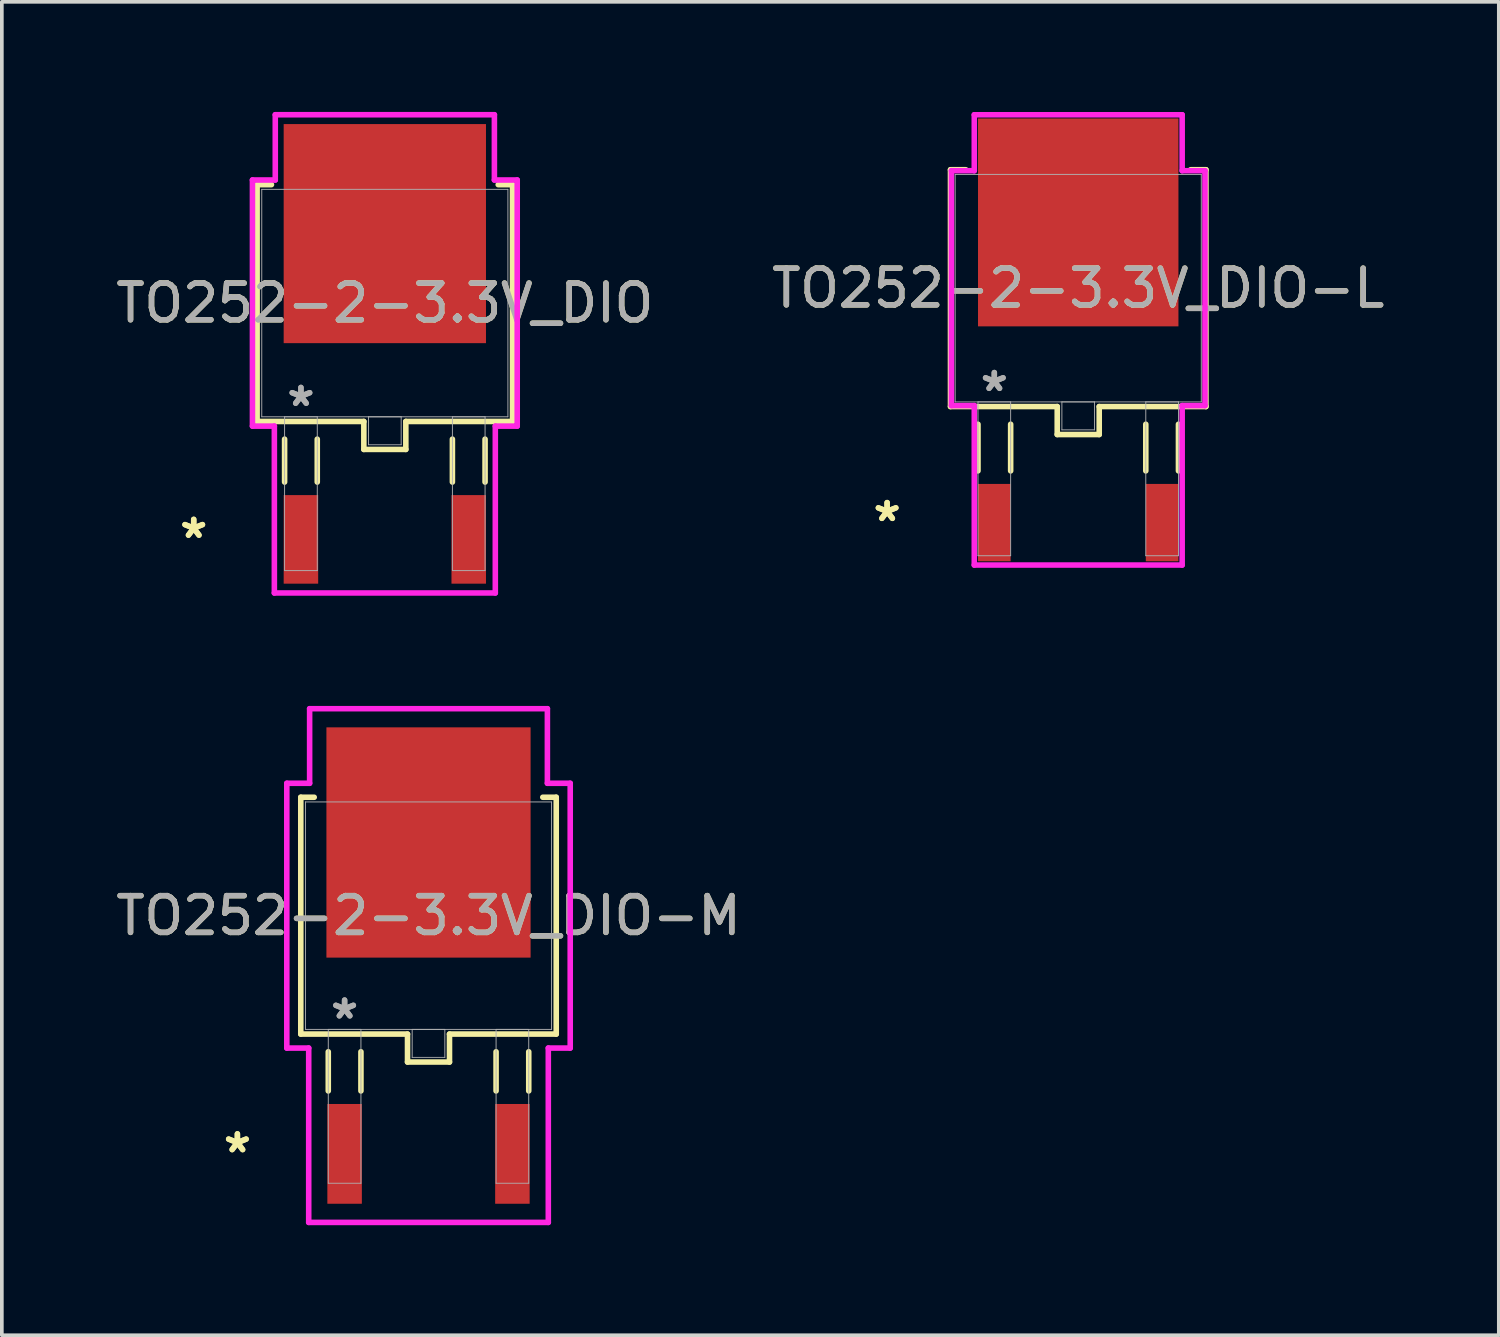
<source format=kicad_pcb>
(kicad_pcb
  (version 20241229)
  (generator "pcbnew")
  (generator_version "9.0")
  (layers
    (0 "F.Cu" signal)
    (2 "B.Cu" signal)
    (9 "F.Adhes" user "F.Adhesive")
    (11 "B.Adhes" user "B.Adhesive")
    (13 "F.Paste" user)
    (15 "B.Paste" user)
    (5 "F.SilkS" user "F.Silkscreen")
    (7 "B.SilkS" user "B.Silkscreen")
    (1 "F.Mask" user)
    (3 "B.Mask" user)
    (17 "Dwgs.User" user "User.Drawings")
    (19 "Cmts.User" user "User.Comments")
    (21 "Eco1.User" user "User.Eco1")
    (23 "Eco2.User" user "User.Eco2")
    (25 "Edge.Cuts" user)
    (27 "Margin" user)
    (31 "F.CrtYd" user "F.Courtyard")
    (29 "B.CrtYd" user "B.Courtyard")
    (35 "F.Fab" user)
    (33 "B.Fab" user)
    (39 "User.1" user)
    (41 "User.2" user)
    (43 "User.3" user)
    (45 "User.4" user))
  (footprint "TO252-2-3.3V_DIO"
    (layer "F.Cu")
    (at 7.435 5.207)
    (property "Reference" "TO252-2-3.3V_DIO" (at 0 0 0) (unlocked yes) (layer "F.SilkS") (effects (font (size 1 1) (thickness 0.15))))
    (attr smd)
    (fp_line (start -3.48 -3.226) (end -3.48 3.226) (stroke (width 0.152) (type solid)) (layer "F.SilkS"))
    (fp_line (start -3.48 3.226) (end -0.572 3.226) (stroke (width 0.152) (type solid)) (layer "F.SilkS"))
    (fp_line (start -3.089 -3.226) (end -3.48 -3.226) (stroke (width 0.152) (type solid)) (layer "F.SilkS"))
    (fp_line (start -2.731 3.708) (end -2.731 4.877) (stroke (width 0.152) (type solid)) (layer "F.SilkS"))
    (fp_line (start -1.841 3.708) (end -1.841 4.877) (stroke (width 0.152) (type solid)) (layer "F.SilkS"))
    (fp_line (start -0.572 3.226) (end -0.572 3.988) (stroke (width 0.152) (type solid)) (layer "F.SilkS"))
    (fp_line (start -0.572 3.988) (end 0.572 3.988) (stroke (width 0.152) (type solid)) (layer "F.SilkS"))
    (fp_line (start 0.572 3.226) (end 3.48 3.226) (stroke (width 0.152) (type solid)) (layer "F.SilkS"))
    (fp_line (start 0.572 3.988) (end 0.572 3.226) (stroke (width 0.152) (type solid)) (layer "F.SilkS"))
    (fp_line (start 1.841 3.708) (end 1.841 4.877) (stroke (width 0.152) (type solid)) (layer "F.SilkS"))
    (fp_line (start 2.731 3.708) (end 2.731 4.877) (stroke (width 0.152) (type solid)) (layer "F.SilkS"))
    (fp_line (start 3.48 -3.226) (end 3.089 -3.226) (stroke (width 0.152) (type solid)) (layer "F.SilkS"))
    (fp_line (start 3.48 3.226) (end 3.48 -3.226) (stroke (width 0.152) (type solid)) (layer "F.SilkS"))
    (fp_line (start -3.607 -3.353) (end -2.985 -3.353) (stroke (width 0.152) (type solid)) (layer "F.CrtYd"))
    (fp_line (start -3.607 3.353) (end -3.607 -3.353) (stroke (width 0.152) (type solid)) (layer "F.CrtYd"))
    (fp_line (start -3.01 3.353) (end -3.607 3.353) (stroke (width 0.152) (type solid)) (layer "F.CrtYd"))
    (fp_line (start -3.01 7.899) (end -3.01 3.353) (stroke (width 0.152) (type solid)) (layer "F.CrtYd"))
    (fp_line (start -2.985 -5.131) (end 2.985 -5.131) (stroke (width 0.152) (type solid)) (layer "F.CrtYd"))
    (fp_line (start -2.985 -3.353) (end -2.985 -5.131) (stroke (width 0.152) (type solid)) (layer "F.CrtYd"))
    (fp_line (start 2.985 -5.131) (end 2.985 -3.353) (stroke (width 0.152) (type solid)) (layer "F.CrtYd"))
    (fp_line (start 2.985 -3.353) (end 3.607 -3.353) (stroke (width 0.152) (type solid)) (layer "F.CrtYd"))
    (fp_line (start 3.01 3.353) (end 3.01 7.899) (stroke (width 0.152) (type solid)) (layer "F.CrtYd"))
    (fp_line (start 3.01 7.899) (end -3.01 7.899) (stroke (width 0.152) (type solid)) (layer "F.CrtYd"))
    (fp_line (start 3.607 -3.353) (end 3.607 3.353) (stroke (width 0.152) (type solid)) (layer "F.CrtYd"))
    (fp_line (start 3.607 3.353) (end 3.01 3.353) (stroke (width 0.152) (type solid)) (layer "F.CrtYd"))
    (fp_line (start -3.353 -3.099) (end -3.353 3.099) (stroke (width 0.025) (type solid)) (layer "F.Fab"))
    (fp_line (start -3.353 3.099) (end 3.353 3.099) (stroke (width 0.025) (type solid)) (layer "F.Fab"))
    (fp_line (start -2.731 3.099) (end -2.731 7.29) (stroke (width 0.025) (type solid)) (layer "F.Fab"))
    (fp_line (start -2.731 7.29) (end -1.841 7.29) (stroke (width 0.025) (type solid)) (layer "F.Fab"))
    (fp_line (start -1.841 3.099) (end -2.731 3.099) (stroke (width 0.025) (type solid)) (layer "F.Fab"))
    (fp_line (start -1.841 7.29) (end -1.841 3.099) (stroke (width 0.025) (type solid)) (layer "F.Fab"))
    (fp_line (start -0.445 3.099) (end -0.445 3.861) (stroke (width 0.025) (type solid)) (layer "F.Fab"))
    (fp_line (start -0.445 3.861) (end 0.445 3.861) (stroke (width 0.025) (type solid)) (layer "F.Fab"))
    (fp_line (start 0.445 3.099) (end -0.445 3.099) (stroke (width 0.025) (type solid)) (layer "F.Fab"))
    (fp_line (start 0.445 3.861) (end 0.445 3.099) (stroke (width 0.025) (type solid)) (layer "F.Fab"))
    (fp_line (start 1.841 3.099) (end 1.841 7.29) (stroke (width 0.025) (type solid)) (layer "F.Fab"))
    (fp_line (start 1.841 7.29) (end 2.731 7.29) (stroke (width 0.025) (type solid)) (layer "F.Fab"))
    (fp_line (start 2.731 3.099) (end 1.841 3.099) (stroke (width 0.025) (type solid)) (layer "F.Fab"))
    (fp_line (start 2.731 7.29) (end 2.731 3.099) (stroke (width 0.025) (type solid)) (layer "F.Fab"))
    (fp_line (start 3.353 -3.099) (end -3.353 -3.099) (stroke (width 0.025) (type solid)) (layer "F.Fab"))
    (fp_line (start 3.353 3.099) (end 3.353 -3.099) (stroke (width 0.025) (type solid)) (layer "F.Fab"))
    (fp_text user "*" (at -5.207 6.439 0) (layer "F.SilkS") (effects (font (size 1 1) (thickness 0.15))))
    (fp_text user "*" (at -5.207 6.439 0) (unlocked yes) (layer "F.SilkS") (effects (font (size 1 1) (thickness 0.15))))
    (fp_text user "${REFERENCE}" (at 0 0 0) (unlocked yes) (layer "F.Fab") (effects (font (size 1 1) (thickness 0.15))))
    (fp_text user "*" (at -2.286 2.845 0) (layer "F.Fab") (effects (font (size 1 1) (thickness 0.15))))
    (fp_text user "*" (at -2.286 2.845 0) (unlocked yes) (layer "F.Fab") (effects (font (size 1 1) (thickness 0.15))))
    (pad "1" smd rect (at -2.286 6.439) (size 0.94 2.413) (layers "F.Cu" "F.Mask" "F.Paste"))
    (pad "2" smd rect (at 0 -1.892) (size 5.512 5.969) (layers "F.Cu" "F.Mask" "F.Paste"))
    (pad "3" smd rect (at 2.286 6.439) (size 0.94 2.413) (layers "F.Cu" "F.Mask" "F.Paste")))
  (footprint "TO252-2-3.3V_DIO-L"
    (layer "F.Cu")
    (at 26.327 4.801)
    (property "Reference" "TO252-2-3.3V_DIO-L" (at 0 0 0) (unlocked yes) (layer "F.SilkS") (effects (font (size 1 1) (thickness 0.15))))
    (attr smd)
    (fp_line (start -3.48 -3.226) (end -3.48 3.226) (stroke (width 0.152) (type solid)) (layer "F.SilkS"))
    (fp_line (start -3.48 3.226) (end -0.572 3.226) (stroke (width 0.152) (type solid)) (layer "F.SilkS"))
    (fp_line (start -3.063 -3.226) (end -3.48 -3.226) (stroke (width 0.152) (type solid)) (layer "F.SilkS"))
    (fp_line (start -2.731 3.708) (end -2.731 4.978) (stroke (width 0.152) (type solid)) (layer "F.SilkS"))
    (fp_line (start -1.841 3.708) (end -1.841 4.978) (stroke (width 0.152) (type solid)) (layer "F.SilkS"))
    (fp_line (start -0.572 3.226) (end -0.572 3.988) (stroke (width 0.152) (type solid)) (layer "F.SilkS"))
    (fp_line (start -0.572 3.988) (end 0.572 3.988) (stroke (width 0.152) (type solid)) (layer "F.SilkS"))
    (fp_line (start 0.572 3.226) (end 3.48 3.226) (stroke (width 0.152) (type solid)) (layer "F.SilkS"))
    (fp_line (start 0.572 3.988) (end 0.572 3.226) (stroke (width 0.152) (type solid)) (layer "F.SilkS"))
    (fp_line (start 1.841 3.708) (end 1.841 4.978) (stroke (width 0.152) (type solid)) (layer "F.SilkS"))
    (fp_line (start 2.731 3.708) (end 2.731 4.978) (stroke (width 0.152) (type solid)) (layer "F.SilkS"))
    (fp_line (start 3.48 -3.226) (end 3.063 -3.226) (stroke (width 0.152) (type solid)) (layer "F.SilkS"))
    (fp_line (start 3.48 3.226) (end 3.48 -3.226) (stroke (width 0.152) (type solid)) (layer "F.SilkS"))
    (fp_line (start -3.454 -3.2) (end -2.832 -3.2) (stroke (width 0.152) (type solid)) (layer "F.CrtYd"))
    (fp_line (start -3.454 3.2) (end -3.454 -3.2) (stroke (width 0.152) (type solid)) (layer "F.CrtYd"))
    (fp_line (start -2.832 -4.724) (end 2.832 -4.724) (stroke (width 0.152) (type solid)) (layer "F.CrtYd"))
    (fp_line (start -2.832 -3.2) (end -2.832 -4.724) (stroke (width 0.152) (type solid)) (layer "F.CrtYd"))
    (fp_line (start -2.832 3.2) (end -3.454 3.2) (stroke (width 0.152) (type solid)) (layer "F.CrtYd"))
    (fp_line (start -2.832 7.544) (end -2.832 3.2) (stroke (width 0.152) (type solid)) (layer "F.CrtYd"))
    (fp_line (start 2.832 -4.724) (end 2.832 -3.2) (stroke (width 0.152) (type solid)) (layer "F.CrtYd"))
    (fp_line (start 2.832 -3.2) (end 3.454 -3.2) (stroke (width 0.152) (type solid)) (layer "F.CrtYd"))
    (fp_line (start 2.832 3.2) (end 2.832 7.544) (stroke (width 0.152) (type solid)) (layer "F.CrtYd"))
    (fp_line (start 2.832 7.544) (end -2.832 7.544) (stroke (width 0.152) (type solid)) (layer "F.CrtYd"))
    (fp_line (start 3.454 -3.2) (end 3.454 3.2) (stroke (width 0.152) (type solid)) (layer "F.CrtYd"))
    (fp_line (start 3.454 3.2) (end 2.832 3.2) (stroke (width 0.152) (type solid)) (layer "F.CrtYd"))
    (fp_line (start -3.353 -3.099) (end -3.353 3.099) (stroke (width 0.025) (type solid)) (layer "F.Fab"))
    (fp_line (start -3.353 3.099) (end 3.353 3.099) (stroke (width 0.025) (type solid)) (layer "F.Fab"))
    (fp_line (start -2.731 3.099) (end -2.731 7.29) (stroke (width 0.025) (type solid)) (layer "F.Fab"))
    (fp_line (start -2.731 7.29) (end -1.841 7.29) (stroke (width 0.025) (type solid)) (layer "F.Fab"))
    (fp_line (start -1.841 3.099) (end -2.731 3.099) (stroke (width 0.025) (type solid)) (layer "F.Fab"))
    (fp_line (start -1.841 7.29) (end -1.841 3.099) (stroke (width 0.025) (type solid)) (layer "F.Fab"))
    (fp_line (start -0.445 3.099) (end -0.445 3.861) (stroke (width 0.025) (type solid)) (layer "F.Fab"))
    (fp_line (start -0.445 3.861) (end 0.445 3.861) (stroke (width 0.025) (type solid)) (layer "F.Fab"))
    (fp_line (start 0.445 3.099) (end -0.445 3.099) (stroke (width 0.025) (type solid)) (layer "F.Fab"))
    (fp_line (start 0.445 3.861) (end 0.445 3.099) (stroke (width 0.025) (type solid)) (layer "F.Fab"))
    (fp_line (start 1.841 3.099) (end 1.841 7.29) (stroke (width 0.025) (type solid)) (layer "F.Fab"))
    (fp_line (start 1.841 7.29) (end 2.731 7.29) (stroke (width 0.025) (type solid)) (layer "F.Fab"))
    (fp_line (start 2.731 3.099) (end 1.841 3.099) (stroke (width 0.025) (type solid)) (layer "F.Fab"))
    (fp_line (start 2.731 7.29) (end 2.731 3.099) (stroke (width 0.025) (type solid)) (layer "F.Fab"))
    (fp_line (start 3.353 -3.099) (end -3.353 -3.099) (stroke (width 0.025) (type solid)) (layer "F.Fab"))
    (fp_line (start 3.353 3.099) (end 3.353 -3.099) (stroke (width 0.025) (type solid)) (layer "F.Fab"))
    (fp_text user "*" (at -5.207 6.388 0) (unlocked yes) (layer "F.SilkS") (effects (font (size 1 1) (thickness 0.15))))
    (fp_text user "*" (at -5.207 6.388 0) (layer "F.SilkS") (effects (font (size 1 1) (thickness 0.15))))
    (fp_text user "*" (at -2.286 2.845 0) (layer "F.Fab") (effects (font (size 1 1) (thickness 0.15))))
    (fp_text user "${REFERENCE}" (at 0 0 0) (unlocked yes) (layer "F.Fab") (effects (font (size 1 1) (thickness 0.15))))
    (fp_text user "*" (at -2.286 2.845 0) (unlocked yes) (layer "F.Fab") (effects (font (size 1 1) (thickness 0.15))))
    (pad "1" smd rect (at -2.286 6.388) (size 0.889 2.108) (layers "F.Cu" "F.Mask" "F.Paste"))
    (pad "2" smd rect (at 0 -1.791) (size 5.461 5.664) (layers "F.Cu" "F.Mask" "F.Paste"))
    (pad "3" smd rect (at 2.286 6.388) (size 0.889 2.108) (layers "F.Cu" "F.Mask" "F.Paste")))
  (footprint "TO252-2-3.3V_DIO-M"
    (layer "F.Cu")
    (at 8.625 21.898)
    (property "Reference" "TO252-2-3.3V_DIO-M" (at 0 0 0) (unlocked yes) (layer "F.SilkS") (effects (font (size 1 1) (thickness 0.15))))
    (attr smd)
    (fp_line (start -3.48 -3.226) (end -3.48 3.226) (stroke (width 0.152) (type solid)) (layer "F.SilkS"))
    (fp_line (start -3.48 3.226) (end -0.572 3.226) (stroke (width 0.152) (type solid)) (layer "F.SilkS"))
    (fp_line (start -3.114 -3.226) (end -3.48 -3.226) (stroke (width 0.152) (type solid)) (layer "F.SilkS"))
    (fp_line (start -2.731 3.708) (end -2.731 4.775) (stroke (width 0.152) (type solid)) (layer "F.SilkS"))
    (fp_line (start -1.841 3.708) (end -1.841 4.775) (stroke (width 0.152) (type solid)) (layer "F.SilkS"))
    (fp_line (start -0.572 3.226) (end -0.572 3.988) (stroke (width 0.152) (type solid)) (layer "F.SilkS"))
    (fp_line (start -0.572 3.988) (end 0.572 3.988) (stroke (width 0.152) (type solid)) (layer "F.SilkS"))
    (fp_line (start 0.572 3.226) (end 3.48 3.226) (stroke (width 0.152) (type solid)) (layer "F.SilkS"))
    (fp_line (start 0.572 3.988) (end 0.572 3.226) (stroke (width 0.152) (type solid)) (layer "F.SilkS"))
    (fp_line (start 1.841 3.708) (end 1.841 4.775) (stroke (width 0.152) (type solid)) (layer "F.SilkS"))
    (fp_line (start 2.731 3.708) (end 2.731 4.775) (stroke (width 0.152) (type solid)) (layer "F.SilkS"))
    (fp_line (start 3.48 -3.226) (end 3.114 -3.226) (stroke (width 0.152) (type solid)) (layer "F.SilkS"))
    (fp_line (start 3.48 3.226) (end 3.48 -3.226) (stroke (width 0.152) (type solid)) (layer "F.SilkS"))
    (fp_line (start -3.861 -3.607) (end -3.239 -3.607) (stroke (width 0.152) (type solid)) (layer "F.CrtYd"))
    (fp_line (start -3.861 3.607) (end -3.861 -3.607) (stroke (width 0.152) (type solid)) (layer "F.CrtYd"))
    (fp_line (start -3.264 3.607) (end -3.861 3.607) (stroke (width 0.152) (type solid)) (layer "F.CrtYd"))
    (fp_line (start -3.264 8.357) (end -3.264 3.607) (stroke (width 0.152) (type solid)) (layer "F.CrtYd"))
    (fp_line (start -3.239 -5.639) (end 3.239 -5.639) (stroke (width 0.152) (type solid)) (layer "F.CrtYd"))
    (fp_line (start -3.239 -3.607) (end -3.239 -5.639) (stroke (width 0.152) (type solid)) (layer "F.CrtYd"))
    (fp_line (start 3.239 -5.639) (end 3.239 -3.607) (stroke (width 0.152) (type solid)) (layer "F.CrtYd"))
    (fp_line (start 3.239 -3.607) (end 3.861 -3.607) (stroke (width 0.152) (type solid)) (layer "F.CrtYd"))
    (fp_line (start 3.264 3.607) (end 3.264 8.357) (stroke (width 0.152) (type solid)) (layer "F.CrtYd"))
    (fp_line (start 3.264 8.357) (end -3.264 8.357) (stroke (width 0.152) (type solid)) (layer "F.CrtYd"))
    (fp_line (start 3.861 -3.607) (end 3.861 3.607) (stroke (width 0.152) (type solid)) (layer "F.CrtYd"))
    (fp_line (start 3.861 3.607) (end 3.264 3.607) (stroke (width 0.152) (type solid)) (layer "F.CrtYd"))
    (fp_line (start -3.353 -3.099) (end -3.353 3.099) (stroke (width 0.025) (type solid)) (layer "F.Fab"))
    (fp_line (start -3.353 3.099) (end 3.353 3.099) (stroke (width 0.025) (type solid)) (layer "F.Fab"))
    (fp_line (start -2.731 3.099) (end -2.731 7.29) (stroke (width 0.025) (type solid)) (layer "F.Fab"))
    (fp_line (start -2.731 7.29) (end -1.841 7.29) (stroke (width 0.025) (type solid)) (layer "F.Fab"))
    (fp_line (start -1.841 3.099) (end -2.731 3.099) (stroke (width 0.025) (type solid)) (layer "F.Fab"))
    (fp_line (start -1.841 7.29) (end -1.841 3.099) (stroke (width 0.025) (type solid)) (layer "F.Fab"))
    (fp_line (start -0.445 3.099) (end -0.445 3.861) (stroke (width 0.025) (type solid)) (layer "F.Fab"))
    (fp_line (start -0.445 3.861) (end 0.445 3.861) (stroke (width 0.025) (type solid)) (layer "F.Fab"))
    (fp_line (start 0.445 3.099) (end -0.445 3.099) (stroke (width 0.025) (type solid)) (layer "F.Fab"))
    (fp_line (start 0.445 3.861) (end 0.445 3.099) (stroke (width 0.025) (type solid)) (layer "F.Fab"))
    (fp_line (start 1.841 3.099) (end 1.841 7.29) (stroke (width 0.025) (type solid)) (layer "F.Fab"))
    (fp_line (start 1.841 7.29) (end 2.731 7.29) (stroke (width 0.025) (type solid)) (layer "F.Fab"))
    (fp_line (start 2.731 3.099) (end 1.841 3.099) (stroke (width 0.025) (type solid)) (layer "F.Fab"))
    (fp_line (start 2.731 7.29) (end 2.731 3.099) (stroke (width 0.025) (type solid)) (layer "F.Fab"))
    (fp_line (start 3.353 -3.099) (end -3.353 -3.099) (stroke (width 0.025) (type solid)) (layer "F.Fab"))
    (fp_line (start 3.353 3.099) (end 3.353 -3.099) (stroke (width 0.025) (type solid)) (layer "F.Fab"))
    (fp_text user "*" (at -5.207 6.49 0) (layer "F.SilkS") (effects (font (size 1 1) (thickness 0.15))))
    (fp_text user "*" (at -5.207 6.49 0) (unlocked yes) (layer "F.SilkS") (effects (font (size 1 1) (thickness 0.15))))
    (fp_text user "*" (at -2.286 2.845 0) (layer "F.Fab") (effects (font (size 1 1) (thickness 0.15))))
    (fp_text user "*" (at -2.286 2.845 0) (unlocked yes) (layer "F.Fab") (effects (font (size 1 1) (thickness 0.15))))
    (fp_text user "${REFERENCE}" (at 0 0 0) (unlocked yes) (layer "F.Fab") (effects (font (size 1 1) (thickness 0.15))))
    (pad "1" smd rect (at -2.286 6.49) (size 0.94 2.718) (layers "F.Cu" "F.Mask" "F.Paste"))
    (pad "2" smd rect (at 0 -1.994) (size 5.563 6.274) (layers "F.Cu" "F.Mask" "F.Paste"))
    (pad "3" smd rect (at 2.286 6.49) (size 0.94 2.718) (layers "F.Cu" "F.Mask" "F.Paste")))
  (gr_rect
    (start -3 -3)
    (end 37.786 33.33)
    (stroke (width 0.1) (type default))
    (fill no)
    (layer "Edge.Cuts")))
</source>
